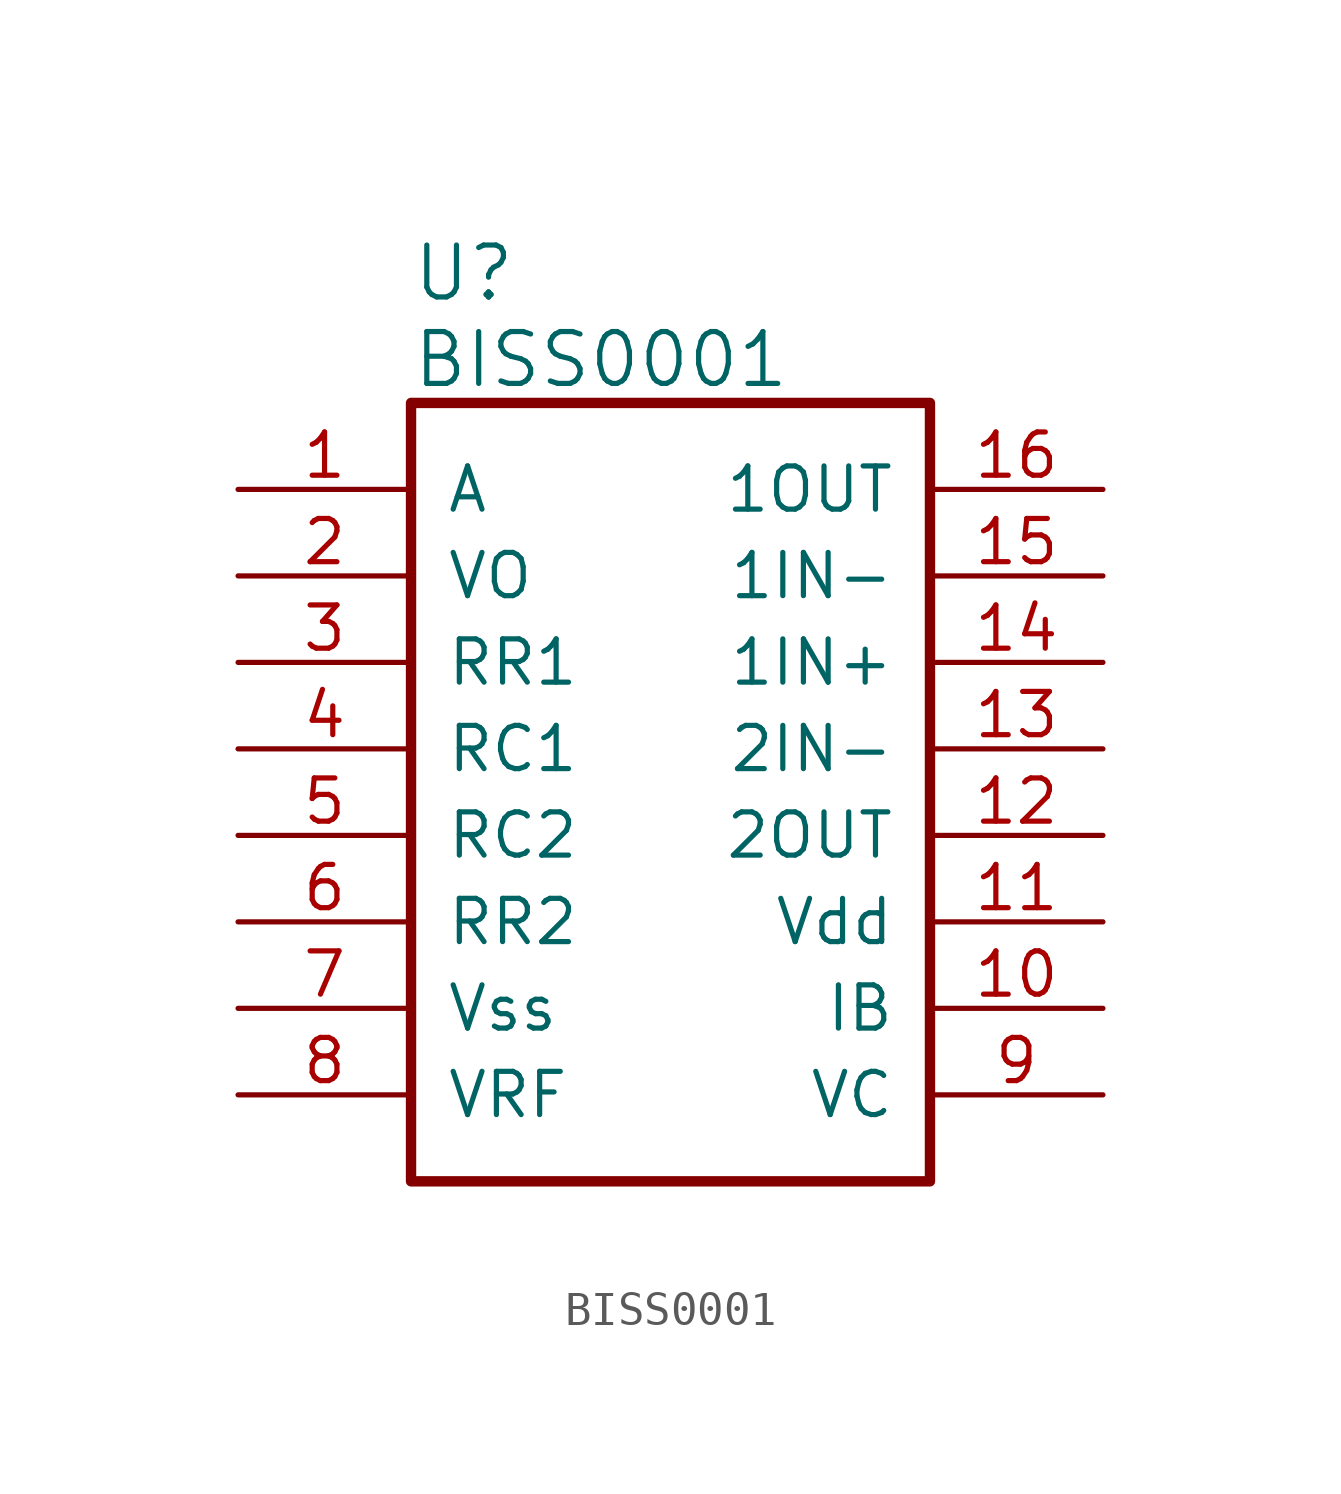
<source format=kicad_sym>
(kicad_symbol_lib
  (version 20211014)
  (generator kicad_symbol_editor)
  (symbol "BISS0001"
    (pin_names
      (offset 1.016))
    (property "Reference" "U"
      (at 5.08 6.35 0)
      (effects (font (size 1.524 1.524)) (justify left)))
    (property "Value" "BISS0001"
      (at 5.08 3.81 0)
      (effects (font (size 1.524 1.524)) (justify left)))
    (property "Footprint" ""
      (at 0 0 0)
      (effects (font (size 1.524 1.524))))
    (property "Datasheet" ""
      (at 0 0 0)
      (effects (font (size 1.524 1.524))))
    (symbol "BISS0001_1_1"
      (rectangle (start 5.08 2.54) (end 20.32 -20.32) (stroke (width 0.305) (type default) (color 0 0 0 0)) (fill (type none)))
      (pin input line (at 0 0 0) (length 5.08) (name "A" (effects (font (size 1.27 1.27)))) (number "1" (effects (font (size 1.27 1.27)))))
      (pin input line (at 25.4 -15.24 180) (length 5.08) (name "IB" (effects (font (size 1.27 1.27)))) (number "10" (effects (font (size 1.27 1.27)))))
      (pin power_in line (at 25.4 -12.7 180) (length 5.08) (name "Vdd" (effects (font (size 1.27 1.27)))) (number "11" (effects (font (size 1.27 1.27)))))
      (pin output line (at 25.4 -10.16 180) (length 5.08) (name "2OUT" (effects (font (size 1.27 1.27)))) (number "12" (effects (font (size 1.27 1.27)))))
      (pin input line (at 25.4 -7.62 180) (length 5.08) (name "2IN-" (effects (font (size 1.27 1.27)))) (number "13" (effects (font (size 1.27 1.27)))))
      (pin input line (at 25.4 -5.08 180) (length 5.08) (name "1IN+" (effects (font (size 1.27 1.27)))) (number "14" (effects (font (size 1.27 1.27)))))
      (pin input line (at 25.4 -2.54 180) (length 5.08) (name "1IN-" (effects (font (size 1.27 1.27)))) (number "15" (effects (font (size 1.27 1.27)))))
      (pin output line (at 25.4 0 180) (length 5.08) (name "1OUT" (effects (font (size 1.27 1.27)))) (number "16" (effects (font (size 1.27 1.27)))))
      (pin output line (at 0 -2.54 0) (length 5.08) (name "VO" (effects (font (size 1.27 1.27)))) (number "2" (effects (font (size 1.27 1.27)))))
      (pin input line (at 0 -5.08 0) (length 5.08) (name "RR1" (effects (font (size 1.27 1.27)))) (number "3" (effects (font (size 1.27 1.27)))))
      (pin input line (at 0 -7.62 0) (length 5.08) (name "RC1" (effects (font (size 1.27 1.27)))) (number "4" (effects (font (size 1.27 1.27)))))
      (pin input line (at 0 -10.16 0) (length 5.08) (name "RC2" (effects (font (size 1.27 1.27)))) (number "5" (effects (font (size 1.27 1.27)))))
      (pin input line (at 0 -12.7 0) (length 5.08) (name "RR2" (effects (font (size 1.27 1.27)))) (number "6" (effects (font (size 1.27 1.27)))))
      (pin power_in line (at 0 -15.24 0) (length 5.08) (name "Vss" (effects (font (size 1.27 1.27)))) (number "7" (effects (font (size 1.27 1.27)))))
      (pin input line (at 0 -17.78 0) (length 5.08) (name "VRF" (effects (font (size 1.27 1.27)))) (number "8" (effects (font (size 1.27 1.27)))))
      (pin input line (at 25.4 -17.78 180) (length 5.08) (name "VC" (effects (font (size 1.27 1.27)))) (number "9" (effects (font (size 1.27 1.27))))))))
</source>
